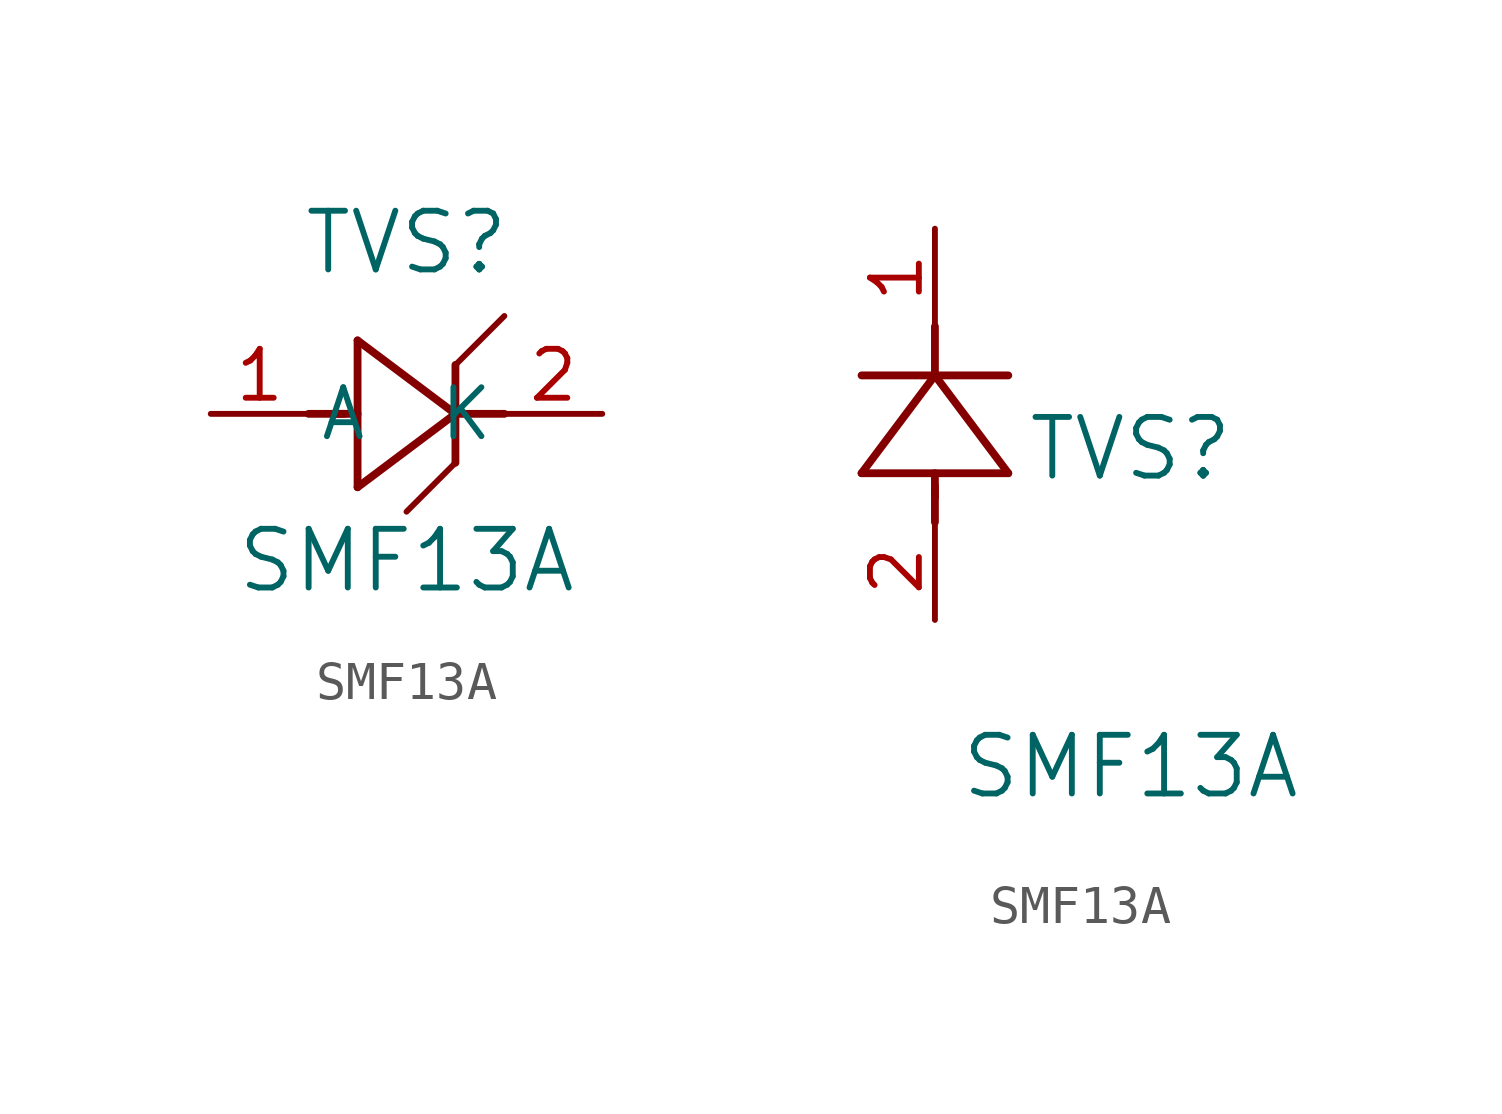
<source format=kicad_sym>
(kicad_symbol_lib
  (version 20241209)
  (generator "kicad_symbol_editor")
  (generator_version "9.0")
  (symbol "SMF13A"
    (pin_names
      (offset 0.254))
    (property "Reference" "TVS"
      (at 5.08 4.445 0)
      (effects (font (size 1.524 1.524))))
    (property "Value" "SMF13A"
      (at 5.08 -3.81 0)
      (effects (font (size 1.524 1.524))))
    (symbol "SMF13A_0_1"
      (polyline (pts (xy 6.35 1.27) (xy 7.62 2.54)) (stroke (width 0) (type default)) (fill (type none)))
      (polyline (pts (xy 6.35 -1.27) (xy 5.08 -2.54)) (stroke (width 0) (type default)) (fill (type none))))
    (symbol "SMF13A_1_1"
      (polyline (pts (xy 2.54 0) (xy 3.48 0)) (stroke (width 0.203) (type default)) (fill (type none)))
      (polyline (pts (xy 3.175 0) (xy 3.81 0)) (stroke (width 0.203) (type default)) (fill (type none)))
      (polyline (pts (xy 3.81 1.905) (xy 3.81 -1.905)) (stroke (width 0.203) (type default)) (fill (type none)))
      (polyline (pts (xy 3.81 -1.905) (xy 6.35 0)) (stroke (width 0.203) (type default)) (fill (type none)))
      (polyline (pts (xy 6.35 0) (xy 3.81 1.905)) (stroke (width 0.203) (type default)) (fill (type none)))
      (polyline (pts (xy 6.35 0) (xy 7.62 0)) (stroke (width 0.203) (type default)) (fill (type none)))
      (polyline (pts (xy 6.35 -1.27) (xy 6.35 1.27)) (stroke (width 0.203) (type default)) (fill (type none)))
      (pin passive line (at 0 0 0) (length 2.54) (name "A" (effects (font (size 1.27 1.27)))) (number "1" (effects (font (size 1.27 1.27)))))
      (pin passive line (at 10.16 0 180) (length 2.54) (name "K" (effects (font (size 1.27 1.27)))) (number "2" (effects (font (size 1.27 1.27))))))
    (symbol "SMF13A_1_2"
      (polyline (pts (xy -1.905 3.81) (xy 1.905 3.81)) (stroke (width 0.203) (type default)) (fill (type none)))
      (polyline (pts (xy 0 6.35) (xy -1.905 3.81)) (stroke (width 0.203) (type default)) (fill (type none)))
      (polyline (pts (xy 0 6.35) (xy 0 7.62)) (stroke (width 0.203) (type default)) (fill (type none)))
      (polyline (pts (xy 0 3.175) (xy 0 3.81)) (stroke (width 0.203) (type default)) (fill (type none)))
      (polyline (pts (xy 0 2.54) (xy 0 3.48)) (stroke (width 0.203) (type default)) (fill (type none)))
      (polyline (pts (xy 1.905 6.35) (xy -1.905 6.35)) (stroke (width 0.203) (type default)) (fill (type none)))
      (polyline (pts (xy 1.905 3.81) (xy 0 6.35)) (stroke (width 0.203) (type default)) (fill (type none)))
      (pin unspecified line (at 0 10.16 270) (length 2.54) (name "" (effects (font (size 1.27 1.27)))) (number "1" (effects (font (size 1.27 1.27)))))
      (pin unspecified line (at 0 0 90) (length 2.54) (name "" (effects (font (size 1.27 1.27)))) (number "2" (effects (font (size 1.27 1.27))))))))
</source>
